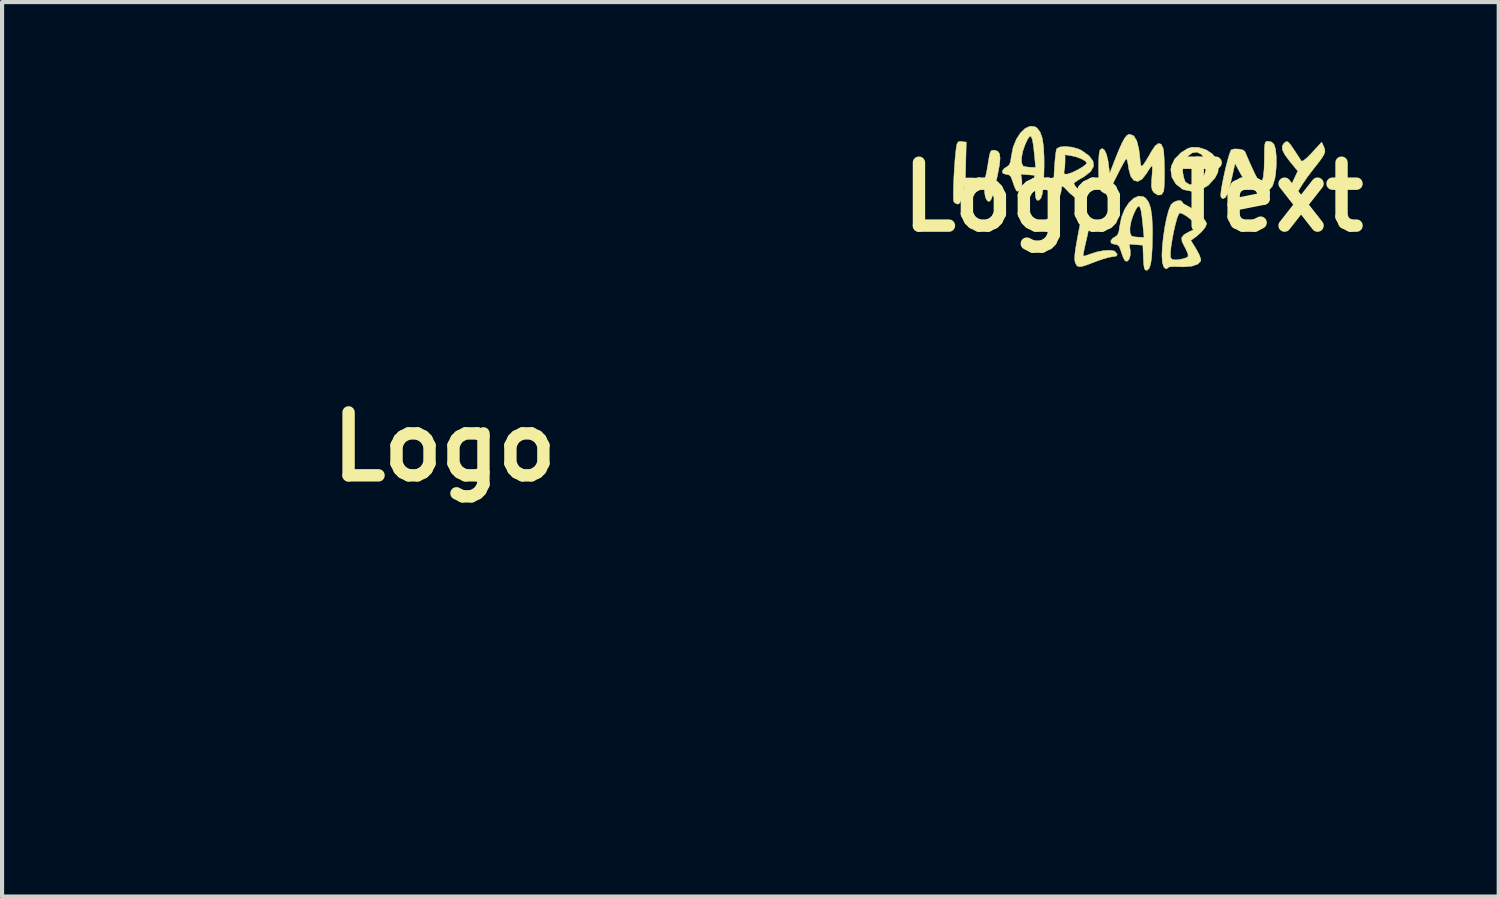
<source format=kicad_pcb>
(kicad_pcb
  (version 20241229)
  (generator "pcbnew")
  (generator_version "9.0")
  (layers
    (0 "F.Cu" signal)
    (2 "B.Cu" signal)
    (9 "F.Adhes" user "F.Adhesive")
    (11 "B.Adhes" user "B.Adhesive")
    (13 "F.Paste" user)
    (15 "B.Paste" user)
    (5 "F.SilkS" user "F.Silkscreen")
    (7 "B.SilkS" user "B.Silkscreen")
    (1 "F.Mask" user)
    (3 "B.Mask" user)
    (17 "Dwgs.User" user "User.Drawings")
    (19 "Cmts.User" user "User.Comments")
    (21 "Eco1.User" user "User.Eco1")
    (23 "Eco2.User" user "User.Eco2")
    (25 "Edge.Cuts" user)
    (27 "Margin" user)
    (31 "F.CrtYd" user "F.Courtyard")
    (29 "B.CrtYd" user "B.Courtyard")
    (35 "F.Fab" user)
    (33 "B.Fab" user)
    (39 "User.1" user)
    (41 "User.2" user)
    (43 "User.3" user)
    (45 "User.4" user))
  (footprint "Logo Text"
    (layer "F.Cu")
    (at 24.391 1.724)
    (property "Reference" "Logo Text" (at 0 0 0) (layer "F.SilkS") (effects (font (size 1.524 1.524) (thickness 0.3))))
    (attr through_hole)
    (fp_poly (pts (xy 3.742 -1.341) (xy 3.796 -1.288) (xy 3.875 -1.175) (xy 3.901 -1.136) (xy 3.981 -1.013) (xy 4.044 -0.916) (xy 4.072 -0.873) (xy 4.113 -0.879) (xy 4.196 -0.943) (xy 4.309 -1.056) (xy 4.332 -1.081) (xy 4.563 -1.333) (xy 4.614 -1.222) (xy 4.638 -1.159) (xy 4.641 -1.098) (xy 4.616 -1.027) (xy 4.556 -0.931) (xy 4.453 -0.795) (xy 4.343 -0.656) (xy 4.217 -0.489) (xy 4.097 -0.314) (xy 4.004 -0.164) (xy 3.99 -0.138) (xy 3.904 0.004) (xy 3.836 0.073) (xy 3.789 0.066) (xy 3.768 -0.017) (xy 3.768 -0.045) (xy 3.786 -0.155) (xy 3.833 -0.301) (xy 3.876 -0.403) (xy 3.984 -0.631) (xy 3.791 -0.867) (xy 3.67 -1.029) (xy 3.611 -1.149) (xy 3.608 -1.239) (xy 3.649 -1.304) (xy 3.698 -1.343) (xy 3.742 -1.341)) (stroke (width 0.01) (type solid)) (fill yes) (layer "F.SilkS"))
    (fp_poly (pts (xy 1.58 -1.205) (xy 1.757 -1.149) (xy 1.911 -1.052) (xy 2.008 -0.937) (xy 2.068 -0.761) (xy 2.049 -0.599) (xy 1.979 -0.465) (xy 1.817 -0.286) (xy 1.629 -0.176) (xy 1.428 -0.139) (xy 1.228 -0.18) (xy 1.185 -0.199) (xy 1.031 -0.32) (xy 0.936 -0.482) (xy 0.918 -0.603) (xy 1.198 -0.603) (xy 1.222 -0.475) (xy 1.258 -0.377) (xy 1.27 -0.36) (xy 1.366 -0.304) (xy 1.492 -0.31) (xy 1.596 -0.36) (xy 1.697 -0.476) (xy 1.752 -0.633) (xy 1.758 -0.802) (xy 1.713 -0.955) (xy 1.652 -1.036) (xy 1.543 -1.09) (xy 1.43 -1.073) (xy 1.326 -0.999) (xy 1.245 -0.881) (xy 1.199 -0.731) (xy 1.198 -0.603) (xy 0.918 -0.603) (xy 0.909 -0.664) (xy 0.926 -0.762) (xy 1.012 -0.927) (xy 1.152 -1.074) (xy 1.318 -1.178) (xy 1.413 -1.208) (xy 1.58 -1.205)) (stroke (width 0.01) (type solid)) (fill yes) (layer "F.SilkS"))
    (fp_poly (pts (xy -1.138 0.396) (xy -1.088 0.442) (xy -1.061 0.48) (xy -1.048 0.535) (xy -1.052 0.62) (xy -1.073 0.749) (xy -1.112 0.935) (xy -1.16 1.141) (xy -1.191 1.281) (xy -1.209 1.384) (xy -1.211 1.427) (xy -1.168 1.422) (xy -1.077 1.391) (xy -1.054 1.382) (xy -0.888 1.328) (xy -0.718 1.295) (xy -0.567 1.286) (xy -0.462 1.303) (xy -0.442 1.315) (xy -0.386 1.383) (xy -0.409 1.427) (xy -0.497 1.441) (xy -0.592 1.457) (xy -0.736 1.498) (xy -0.901 1.556) (xy -0.931 1.568) (xy -1.115 1.638) (xy -1.238 1.677) (xy -1.314 1.684) (xy -1.361 1.662) (xy -1.394 1.61) (xy -1.401 1.596) (xy -1.418 1.525) (xy -1.416 1.413) (xy -1.396 1.246) (xy -1.356 1.013) (xy -1.307 0.757) (xy -1.27 0.574) (xy -1.238 0.456) (xy -1.209 0.393) (xy -1.177 0.376) (xy -1.138 0.396)) (stroke (width 0.01) (type solid)) (fill yes) (layer "F.SilkS"))
    (fp_poly (pts (xy 3.346 -1.338) (xy 3.408 -1.28) (xy 3.445 -1.168) (xy 3.463 -0.987) (xy 3.464 -0.983) (xy 3.465 -0.786) (xy 3.45 -0.58) (xy 3.43 -0.449) (xy 3.373 -0.271) (xy 3.288 -0.169) (xy 3.164 -0.137) (xy 3.002 -0.166) (xy 2.888 -0.21) (xy 2.796 -0.279) (xy 2.707 -0.388) (xy 2.607 -0.555) (xy 2.588 -0.59) (xy 2.465 -0.815) (xy 2.395 -0.503) (xy 2.355 -0.333) (xy 2.314 -0.18) (xy 2.281 -0.078) (xy 2.28 -0.074) (xy 2.225 0.013) (xy 2.167 0.04) (xy 2.126 0.003) (xy 2.118 -0.053) (xy 2.129 -0.165) (xy 2.156 -0.322) (xy 2.193 -0.507) (xy 2.236 -0.699) (xy 2.282 -0.878) (xy 2.324 -1.026) (xy 2.36 -1.123) (xy 2.377 -1.149) (xy 2.451 -1.168) (xy 2.556 -1.164) (xy 2.653 -1.143) (xy 2.701 -1.11) (xy 2.834 -0.806) (xy 2.938 -0.579) (xy 3.014 -0.431) (xy 3.063 -0.358) (xy 3.074 -0.351) (xy 3.117 -0.377) (xy 3.148 -0.485) (xy 3.168 -0.676) (xy 3.175 -0.948) (xy 3.175 -0.979) (xy 3.177 -1.16) (xy 3.185 -1.272) (xy 3.201 -1.331) (xy 3.23 -1.352) (xy 3.249 -1.354) (xy 3.346 -1.338)) (stroke (width 0.01) (type solid)) (fill yes) (layer "F.SilkS"))
    (fp_poly (pts (xy -4.153 -1.346) (xy -4.043 -1.333) (xy -4.064 -0.466) (xy -3.898 -0.466) (xy -3.773 -0.459) (xy -3.677 -0.444) (xy -3.666 -0.44) (xy -3.627 -0.431) (xy -3.598 -0.448) (xy -3.574 -0.505) (xy -3.549 -0.616) (xy -3.519 -0.794) (xy -3.512 -0.838) (xy -3.485 -0.997) (xy -3.462 -1.088) (xy -3.432 -1.129) (xy -3.386 -1.138) (xy -3.351 -1.135) (xy -3.279 -1.11) (xy -3.237 -1.049) (xy -3.224 -0.94) (xy -3.24 -0.775) (xy -3.284 -0.543) (xy -3.3 -0.469) (xy -3.356 -0.227) (xy -3.4 -0.059) (xy -3.437 0.045) (xy -3.471 0.095) (xy -3.507 0.102) (xy -3.536 0.084) (xy -3.579 0.008) (xy -3.598 -0.105) (xy -3.598 -0.111) (xy -3.604 -0.205) (xy -3.64 -0.245) (xy -3.729 -0.254) (xy -3.757 -0.255) (xy -3.889 -0.261) (xy -3.998 -0.277) (xy -4.006 -0.279) (xy -4.067 -0.283) (xy -4.101 -0.24) (xy -4.124 -0.141) (xy -4.157 0.022) (xy -4.186 0.117) (xy -4.221 0.16) (xy -4.259 0.169) (xy -4.326 0.135) (xy -4.347 0.102) (xy -4.354 0.035) (xy -4.355 -0.098) (xy -4.351 -0.277) (xy -4.343 -0.485) (xy -4.331 -0.702) (xy -4.316 -0.91) (xy -4.299 -1.089) (xy -4.289 -1.171) (xy -4.269 -1.287) (xy -4.238 -1.339) (xy -4.182 -1.349) (xy -4.153 -1.346)) (stroke (width 0.01) (type solid)) (fill yes) (layer "F.SilkS"))
    (fp_poly (pts (xy -1.485 -1.211) (xy -1.332 -1.169) (xy -1.253 -1.132) (xy -1.071 -1.003) (xy -0.974 -0.874) (xy -0.96 -0.746) (xy -1.032 -0.621) (xy -1.187 -0.499) (xy -1.226 -0.477) (xy -1.341 -0.409) (xy -1.418 -0.354) (xy -1.439 -0.33) (xy -1.413 -0.282) (xy -1.349 -0.198) (xy -1.312 -0.155) (xy -1.224 -0.048) (xy -1.193 0.011) (xy -1.22 0.037) (xy -1.298 0.042) (xy -1.407 0.009) (xy -1.535 -0.094) (xy -1.573 -0.134) (xy -1.664 -0.229) (xy -1.714 -0.267) (xy -1.733 -0.252) (xy -1.736 -0.217) (xy -1.752 -0.113) (xy -1.791 0.005) (xy -1.841 0.107) (xy -1.89 0.165) (xy -1.904 0.169) (xy -1.922 0.136) (xy -1.931 0.032) (xy -1.932 -0.145) (xy -1.925 -0.402) (xy -1.921 -0.476) (xy -1.914 -0.617) (xy -1.677 -0.617) (xy -1.673 -0.563) (xy -1.607 -0.555) (xy -1.487 -0.593) (xy -1.334 -0.668) (xy -1.219 -0.737) (xy -1.143 -0.797) (xy -1.123 -0.826) (xy -1.162 -0.876) (xy -1.26 -0.931) (xy -1.394 -0.979) (xy -1.504 -1.003) (xy -1.651 -1.027) (xy -1.651 -0.856) (xy -1.657 -0.729) (xy -1.672 -0.631) (xy -1.677 -0.617) (xy -1.914 -0.617) (xy -1.909 -0.704) (xy -1.894 -0.904) (xy -1.877 -1.06) (xy -1.86 -1.155) (xy -1.852 -1.175) (xy -1.772 -1.216) (xy -1.641 -1.227) (xy -1.485 -1.211)) (stroke (width 0.01) (type solid)) (fill yes) (layer "F.SilkS"))
    (fp_poly (pts (xy -2.379 -1.706) (xy -2.325 -1.669) (xy -2.253 -1.573) (xy -2.203 -1.429) (xy -2.172 -1.226) (xy -2.159 -0.956) (xy -2.158 -0.768) (xy -2.165 -0.463) (xy -2.18 -0.235) (xy -2.203 -0.075) (xy -2.236 0.025) (xy -2.28 0.071) (xy -2.295 0.076) (xy -2.333 0.072) (xy -2.357 0.03) (xy -2.371 -0.065) (xy -2.379 -0.22) (xy -2.392 -0.529) (xy -2.557 -0.543) (xy -2.721 -0.556) (xy -2.697 -0.409) (xy -2.695 -0.291) (xy -2.721 -0.196) (xy -2.765 -0.142) (xy -2.816 -0.147) (xy -2.836 -0.169) (xy -2.875 -0.251) (xy -2.916 -0.37) (xy -2.923 -0.392) (xy -2.963 -0.499) (xy -3.018 -0.544) (xy -3.071 -0.55) (xy -3.154 -0.574) (xy -3.172 -0.63) (xy -3.125 -0.695) (xy -3.075 -0.725) (xy -3.011 -0.77) (xy -2.974 -0.847) (xy -2.958 -0.949) (xy -2.705 -0.949) (xy -2.702 -0.825) (xy -2.667 -0.754) (xy -2.656 -0.748) (xy -2.576 -0.731) (xy -2.484 -0.723) (xy -2.364 -0.72) (xy -2.391 -1.005) (xy -2.416 -1.239) (xy -2.442 -1.392) (xy -2.472 -1.468) (xy -2.509 -1.471) (xy -2.557 -1.405) (xy -2.619 -1.273) (xy -2.619 -1.273) (xy -2.677 -1.105) (xy -2.705 -0.949) (xy -2.958 -0.949) (xy -2.952 -0.984) (xy -2.951 -0.994) (xy -2.908 -1.21) (xy -2.831 -1.401) (xy -2.73 -1.557) (xy -2.615 -1.666) (xy -2.495 -1.719) (xy -2.379 -1.706)) (stroke (width 0.01) (type solid)) (fill yes) (layer "F.SilkS"))
    (fp_poly (pts (xy 0.245 -0.012) (xy 0.3 0.024) (xy 0.371 0.12) (xy 0.422 0.264) (xy 0.452 0.467) (xy 0.466 0.737) (xy 0.466 0.925) (xy 0.459 1.23) (xy 0.445 1.458) (xy 0.422 1.618) (xy 0.389 1.718) (xy 0.345 1.765) (xy 0.329 1.77) (xy 0.292 1.765) (xy 0.268 1.724) (xy 0.254 1.629) (xy 0.245 1.474) (xy 0.233 1.164) (xy 0.068 1.151) (xy -0.097 1.137) (xy -0.073 1.285) (xy -0.07 1.402) (xy -0.096 1.497) (xy -0.14 1.551) (xy -0.191 1.546) (xy -0.211 1.524) (xy -0.25 1.442) (xy -0.292 1.323) (xy -0.298 1.302) (xy -0.339 1.194) (xy -0.394 1.149) (xy -0.446 1.143) (xy -0.529 1.119) (xy -0.547 1.063) (xy -0.5 0.998) (xy -0.45 0.968) (xy -0.387 0.924) (xy -0.35 0.846) (xy -0.333 0.744) (xy -0.08 0.744) (xy -0.077 0.868) (xy -0.042 0.94) (xy -0.032 0.946) (xy 0.048 0.963) (xy 0.141 0.97) (xy 0.261 0.974) (xy 0.234 0.688) (xy 0.209 0.454) (xy 0.183 0.301) (xy 0.153 0.225) (xy 0.116 0.222) (xy 0.068 0.288) (xy 0.006 0.42) (xy 0.005 0.421) (xy -0.052 0.588) (xy -0.08 0.744) (xy -0.333 0.744) (xy -0.328 0.71) (xy -0.327 0.7) (xy -0.283 0.483) (xy -0.206 0.292) (xy -0.105 0.136) (xy 0.01 0.027) (xy 0.13 -0.026) (xy 0.245 -0.012)) (stroke (width 0.01) (type solid)) (fill yes) (layer "F.SilkS"))
    (fp_poly (pts (xy 1.184 0.112) (xy 1.185 0.122) (xy 1.22 0.162) (xy 1.305 0.209) (xy 1.31 0.211) (xy 1.418 0.272) (xy 1.539 0.364) (xy 1.653 0.468) (xy 1.74 0.566) (xy 1.778 0.638) (xy 1.778 0.643) (xy 1.746 0.725) (xy 1.662 0.831) (xy 1.545 0.939) (xy 1.491 0.98) (xy 1.394 1.047) (xy 1.528 1.263) (xy 1.597 1.392) (xy 1.635 1.497) (xy 1.636 1.544) (xy 1.563 1.622) (xy 1.419 1.671) (xy 1.216 1.688) (xy 1.111 1.684) (xy 0.974 1.681) (xy 0.879 1.688) (xy 0.847 1.702) (xy 0.813 1.733) (xy 0.789 1.736) (xy 0.743 1.697) (xy 0.708 1.595) (xy 0.705 1.575) (xy 0.695 1.414) (xy 0.697 1.356) (xy 0.901 1.356) (xy 0.903 1.453) (xy 0.907 1.468) (xy 0.946 1.51) (xy 1.031 1.519) (xy 1.107 1.512) (xy 1.226 1.487) (xy 1.309 1.456) (xy 1.322 1.447) (xy 1.328 1.382) (xy 1.277 1.261) (xy 1.249 1.21) (xy 1.182 1.077) (xy 1.172 0.983) (xy 1.228 0.909) (xy 1.355 0.837) (xy 1.407 0.814) (xy 1.574 0.741) (xy 1.482 0.624) (xy 1.397 0.539) (xy 1.288 0.457) (xy 1.185 0.398) (xy 1.127 0.381) (xy 1.096 0.42) (xy 1.057 0.524) (xy 1.016 0.674) (xy 0.976 0.851) (xy 0.941 1.037) (xy 0.914 1.211) (xy 0.901 1.356) (xy 0.697 1.356) (xy 0.704 1.203) (xy 0.729 0.965) (xy 0.765 0.721) (xy 0.811 0.494) (xy 0.862 0.307) (xy 0.915 0.182) (xy 0.916 0.18) (xy 0.979 0.123) (xy 1.065 0.088) (xy 1.143 0.082) (xy 1.184 0.112)) (stroke (width 0.01) (type solid)) (fill yes) (layer "F.SilkS"))
    (fp_poly (pts (xy 0.011 -1.485) (xy 0.084 -1.368) (xy 0.135 -1.171) (xy 0.154 -1.018) (xy 0.17 -0.861) (xy 0.184 -0.775) (xy 0.203 -0.749) (xy 0.231 -0.769) (xy 0.25 -0.793) (xy 0.308 -0.879) (xy 0.384 -1.007) (xy 0.435 -1.099) (xy 0.528 -1.24) (xy 0.609 -1.301) (xy 0.676 -1.283) (xy 0.724 -1.185) (xy 0.739 -1.089) (xy 0.749 -0.934) (xy 0.755 -0.744) (xy 0.757 -0.544) (xy 0.754 -0.359) (xy 0.746 -0.212) (xy 0.735 -0.138) (xy 0.683 -0.06) (xy 0.598 -0.05) (xy 0.503 -0.109) (xy 0.494 -0.119) (xy 0.457 -0.179) (xy 0.441 -0.267) (xy 0.445 -0.405) (xy 0.451 -0.479) (xy 0.462 -0.621) (xy 0.463 -0.722) (xy 0.455 -0.762) (xy 0.455 -0.762) (xy 0.422 -0.729) (xy 0.364 -0.643) (xy 0.32 -0.572) (xy 0.213 -0.435) (xy 0.109 -0.381) (xy 0.015 -0.405) (xy -0.061 -0.506) (xy -0.109 -0.68) (xy -0.112 -0.709) (xy -0.132 -0.833) (xy -0.154 -0.914) (xy -0.166 -0.931) (xy -0.195 -0.896) (xy -0.251 -0.799) (xy -0.327 -0.657) (xy -0.403 -0.506) (xy -0.499 -0.316) (xy -0.571 -0.192) (xy -0.625 -0.122) (xy -0.671 -0.094) (xy -0.697 -0.094) (xy -0.776 -0.145) (xy -0.81 -0.233) (xy -0.826 -0.356) (xy -0.837 -0.521) (xy -0.84 -0.704) (xy -0.837 -0.882) (xy -0.828 -1.03) (xy -0.812 -1.126) (xy -0.805 -1.143) (xy -0.753 -1.18) (xy -0.699 -1.142) (xy -0.65 -1.042) (xy -0.612 -0.888) (xy -0.603 -0.824) (xy -0.571 -0.573) (xy -0.449 -0.89) (xy -0.349 -1.139) (xy -0.269 -1.318) (xy -0.204 -1.435) (xy -0.147 -1.5) (xy -0.094 -1.524) (xy -0.085 -1.524) (xy 0.011 -1.485)) (stroke (width 0.01) (type solid)) (fill yes) (layer "F.SilkS")))
  (footprint "Logo"
    (layer "F.Cu")
    (at 7.713 7.771)
    (property "Reference" "Logo" (at 0 0 0) (layer "F.SilkS") (effects (font (size 1.524 1.524) (thickness 0.3))))
    (attr through_hole)
    (fp_poly (pts (xy -4.154 -7.736) (xy -4.009 -7.652) (xy -3.796 -7.523) (xy -3.532 -7.359) (xy -3.231 -7.17) (xy -3.15 -7.118) (xy -2.134 -6.47) (xy -1.825 -6.622) (xy -1.649 -6.704) (xy -1.513 -6.759) (xy -1.458 -6.773) (xy -1.435 -6.717) (xy -1.417 -6.559) (xy -1.405 -6.312) (xy -1.401 -5.992) (xy -1.401 -5.21) (xy -1.562 -5.106) (xy -1.726 -4.981) (xy -1.939 -4.792) (xy -2.175 -4.565) (xy -2.407 -4.327) (xy -2.609 -4.104) (xy -2.74 -3.941) (xy -3.141 -3.309) (xy -3.43 -2.655) (xy -3.609 -1.968) (xy -3.681 -1.24) (xy -3.683 -1.078) (xy -3.629 -0.329) (xy -3.475 0.385) (xy -3.226 1.057) (xy -2.891 1.677) (xy -2.476 2.236) (xy -1.989 2.725) (xy -1.436 3.135) (xy -0.824 3.457) (xy -0.161 3.68) (xy -0.035 3.71) (xy 0.486 3.78) (xy 1.061 3.782) (xy 1.65 3.716) (xy 2.19 3.593) (xy 2.88 3.336) (xy 3.583 2.971) (xy 4.291 2.501) (xy 4.78 2.116) (xy 4.956 1.975) (xy 5.1 1.872) (xy 5.188 1.823) (xy 5.201 1.822) (xy 5.264 1.869) (xy 5.397 1.985) (xy 5.586 2.157) (xy 5.818 2.373) (xy 6.083 2.622) (xy 6.366 2.892) (xy 6.655 3.169) (xy 6.939 3.443) (xy 7.203 3.701) (xy 7.436 3.931) (xy 7.625 4.122) (xy 7.757 4.26) (xy 7.821 4.334) (xy 7.824 4.342) (xy 7.791 4.412) (xy 7.702 4.555) (xy 7.571 4.75) (xy 7.413 4.977) (xy 7.243 5.215) (xy 7.074 5.445) (xy 6.922 5.646) (xy 6.802 5.797) (xy 6.727 5.879) (xy 6.715 5.887) (xy 6.652 5.862) (xy 6.506 5.781) (xy 6.293 5.654) (xy 6.026 5.488) (xy 5.72 5.294) (xy 5.563 5.192) (xy 5.242 4.985) (xy 4.949 4.802) (xy 4.702 4.652) (xy 4.513 4.545) (xy 4.4 4.488) (xy 4.377 4.482) (xy 4.292 4.505) (xy 4.125 4.562) (xy 3.901 4.645) (xy 3.644 4.744) (xy 3.379 4.849) (xy 3.13 4.95) (xy 2.922 5.038) (xy 2.78 5.102) (xy 2.73 5.131) (xy 2.706 5.198) (xy 2.664 5.363) (xy 2.607 5.609) (xy 2.54 5.919) (xy 2.465 6.277) (xy 2.424 6.479) (xy 2.347 6.854) (xy 2.277 7.189) (xy 2.217 7.469) (xy 2.17 7.675) (xy 2.14 7.793) (xy 2.133 7.813) (xy 2.068 7.824) (xy 1.906 7.837) (xy 1.667 7.85) (xy 1.37 7.862) (xy 1.117 7.87) (xy 0.755 7.88) (xy 0.492 7.884) (xy 0.311 7.881) (xy 0.195 7.869) (xy 0.127 7.848) (xy 0.088 7.816) (xy 0.072 7.788) (xy 0.042 7.701) (xy -0.008 7.517) (xy -0.074 7.256) (xy -0.151 6.937) (xy -0.234 6.576) (xy -0.265 6.44) (xy -0.545 5.202) (xy -0.754 5.117) (xy -0.89 5.059) (xy -1.103 4.967) (xy -1.362 4.852) (xy -1.616 4.739) (xy -2.269 4.447) (xy -3.378 5.202) (xy -3.697 5.417) (xy -3.985 5.608) (xy -4.228 5.767) (xy -4.411 5.882) (xy -4.52 5.946) (xy -4.543 5.956) (xy -4.606 5.915) (xy -4.73 5.804) (xy -4.9 5.639) (xy -5.099 5.438) (xy -5.312 5.216) (xy -5.522 4.992) (xy -5.713 4.783) (xy -5.87 4.604) (xy -5.975 4.473) (xy -6.014 4.406) (xy -6.014 4.406) (xy -5.98 4.337) (xy -5.883 4.191) (xy -5.734 3.983) (xy -5.544 3.729) (xy -5.325 3.442) (xy -5.248 3.344) (xy -5.019 3.05) (xy -4.815 2.785) (xy -4.646 2.563) (xy -4.524 2.398) (xy -4.46 2.305) (xy -4.454 2.293) (xy -4.465 2.216) (xy -4.515 2.051) (xy -4.596 1.821) (xy -4.702 1.546) (xy -4.759 1.407) (xy -5.092 0.595) (xy -5.48 0.499) (xy -5.675 0.45) (xy -5.952 0.38) (xy -6.28 0.296) (xy -6.629 0.206) (xy -6.788 0.164) (xy -7.708 -0.074) (xy -7.708 -1.085) (xy -7.705 -1.416) (xy -7.697 -1.706) (xy -7.686 -1.933) (xy -7.672 -2.08) (xy -7.659 -2.125) (xy -7.589 -2.144) (xy -7.422 -2.178) (xy -7.174 -2.224) (xy -6.865 -2.279) (xy -6.512 -2.34) (xy -6.396 -2.36) (xy -6.035 -2.421) (xy -5.714 -2.477) (xy -5.451 -2.525) (xy -5.264 -2.561) (xy -5.169 -2.583) (xy -5.161 -2.586) (xy -5.132 -2.645) (xy -5.067 -2.793) (xy -4.975 -3.011) (xy -4.862 -3.28) (xy -4.794 -3.444) (xy -4.45 -4.28) (xy -4.747 -4.782) (xy -5.042 -5.283) (xy -5.279 -5.69) (xy -5.462 -6.009) (xy -5.594 -6.245) (xy -5.678 -6.405) (xy -5.718 -6.494) (xy -5.722 -6.513) (xy -5.679 -6.568) (xy -5.563 -6.679) (xy -5.392 -6.832) (xy -5.185 -7.01) (xy -4.959 -7.199) (xy -4.735 -7.383) (xy -4.53 -7.547) (xy -4.362 -7.674) (xy -4.25 -7.751) (xy -4.217 -7.766) (xy -4.154 -7.736)) (stroke (width 0.01) (type solid)) (fill no) (layer "Eco2.User")))
  (gr_rect
    (start -3 -3)
    (end 33.241 18.66)
    (stroke (width 0.1) (type default))
    (fill no)
    (layer "Edge.Cuts")))
</source>
